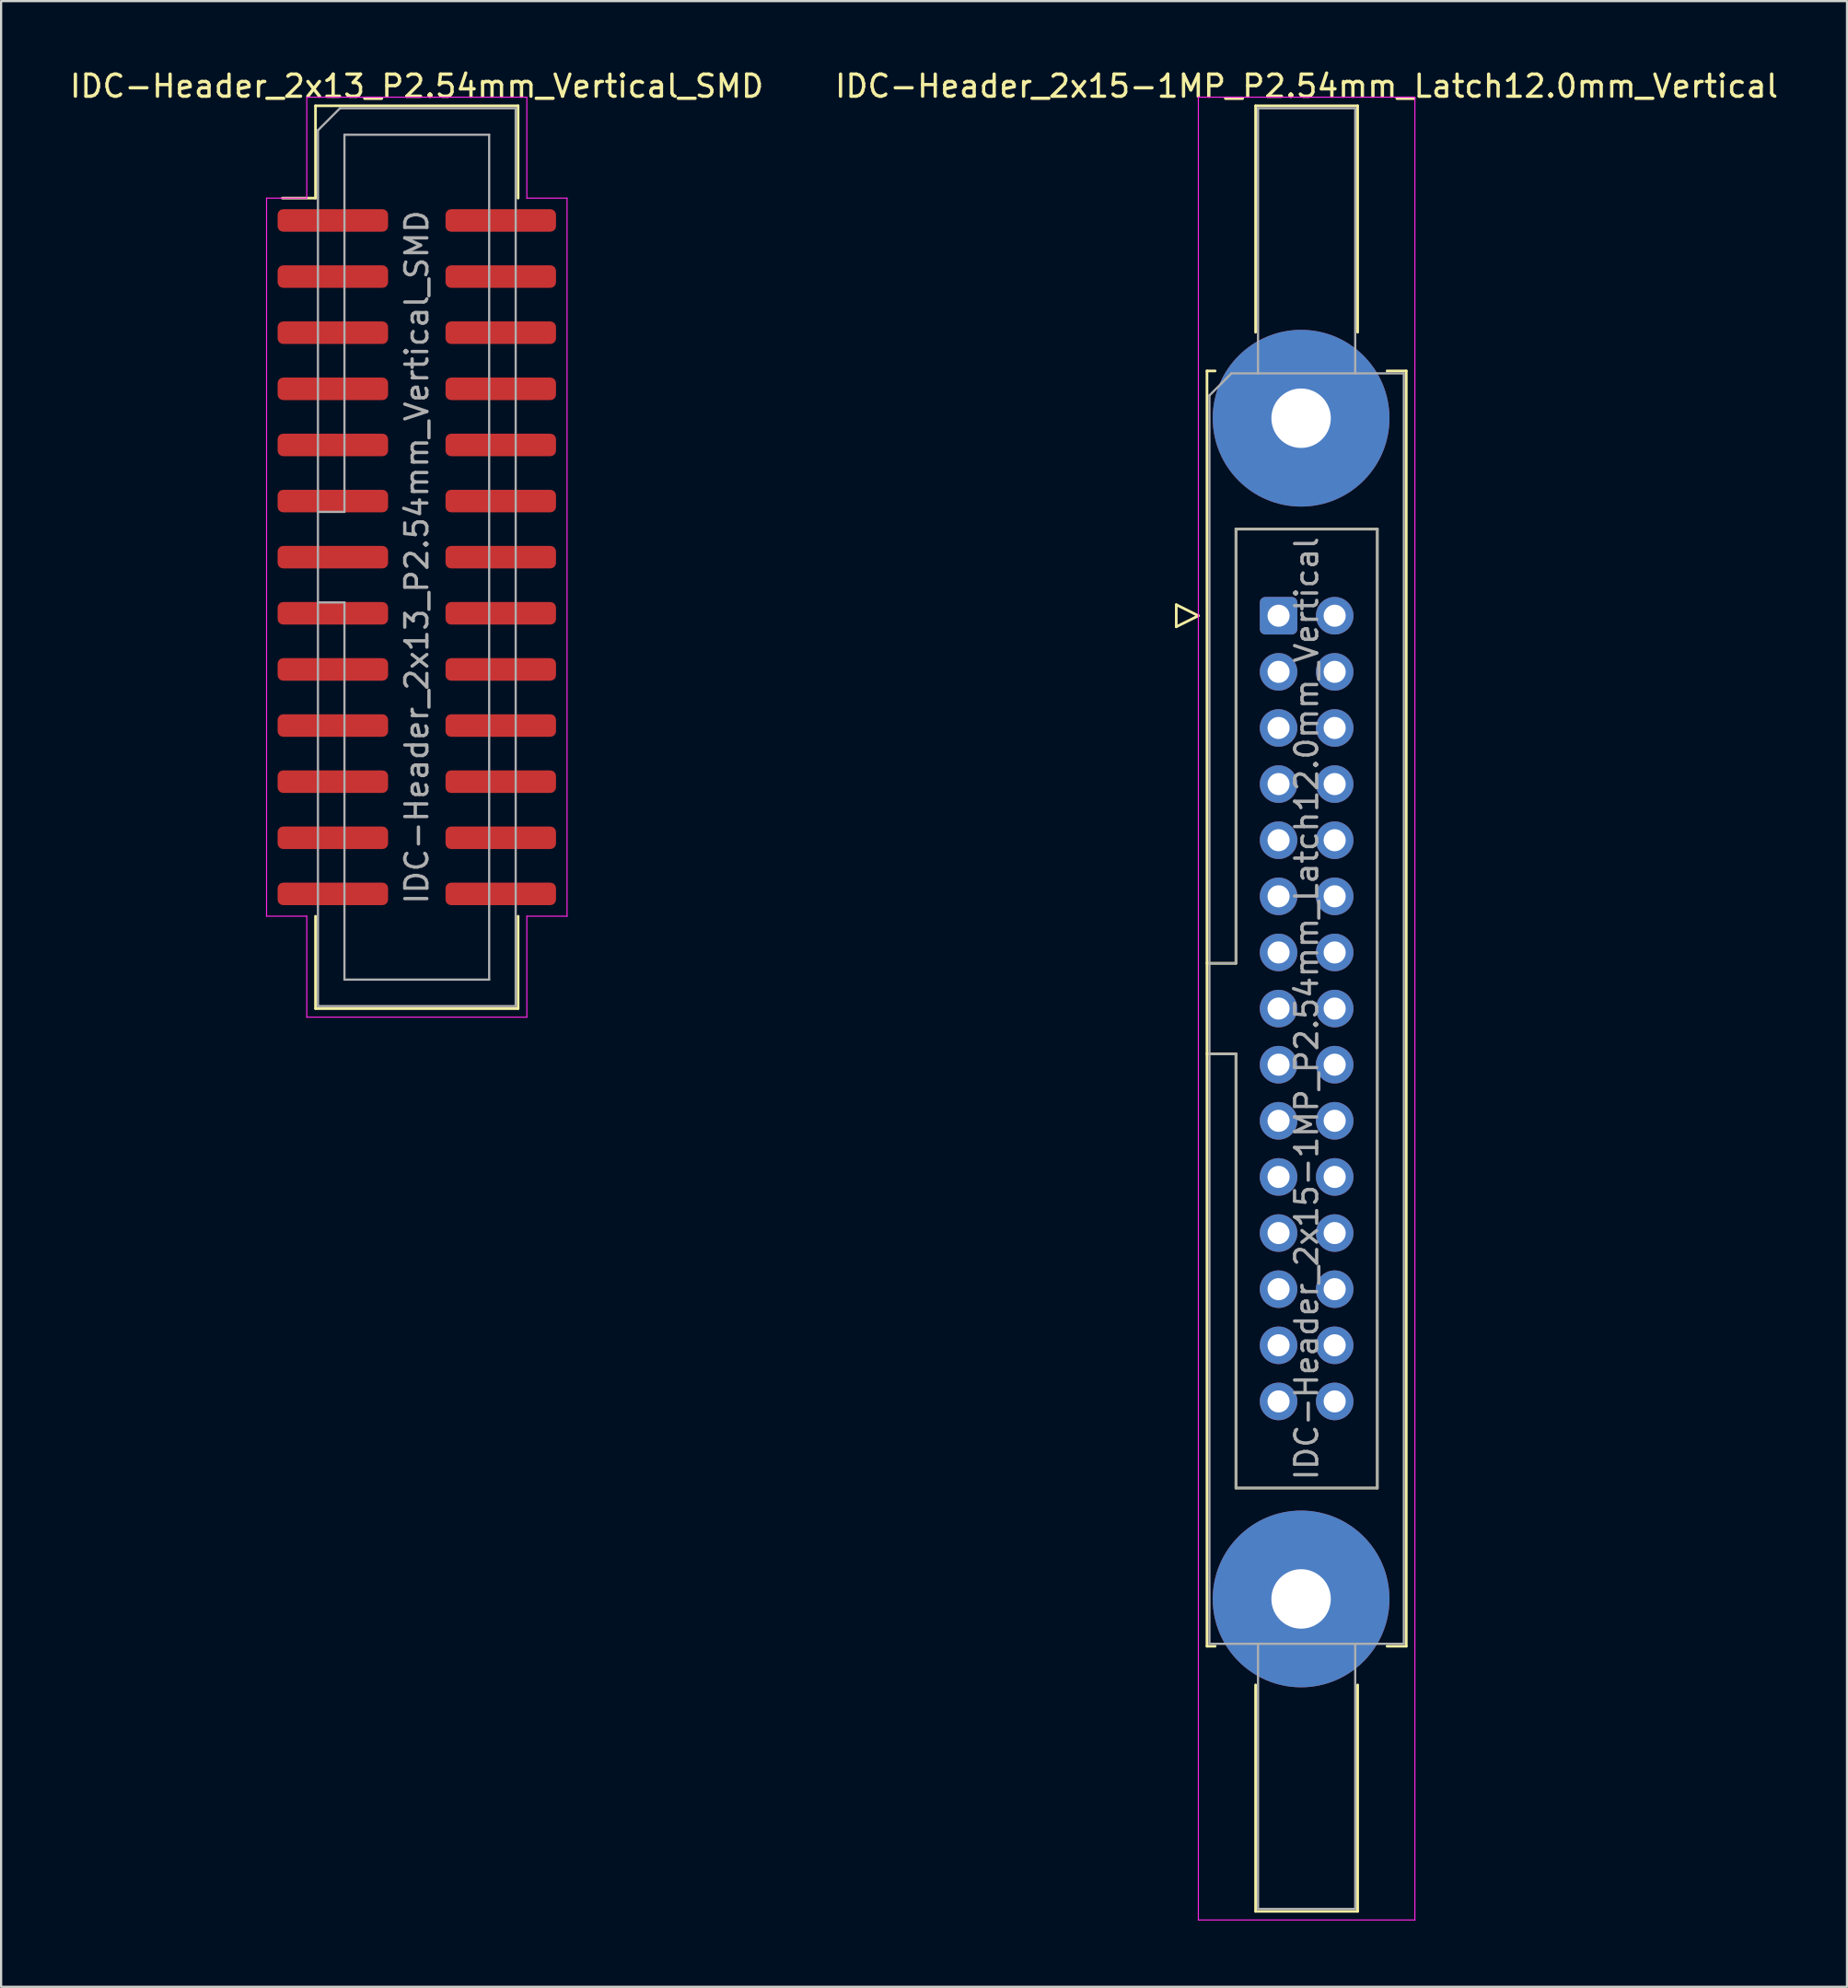
<source format=kicad_pcb>
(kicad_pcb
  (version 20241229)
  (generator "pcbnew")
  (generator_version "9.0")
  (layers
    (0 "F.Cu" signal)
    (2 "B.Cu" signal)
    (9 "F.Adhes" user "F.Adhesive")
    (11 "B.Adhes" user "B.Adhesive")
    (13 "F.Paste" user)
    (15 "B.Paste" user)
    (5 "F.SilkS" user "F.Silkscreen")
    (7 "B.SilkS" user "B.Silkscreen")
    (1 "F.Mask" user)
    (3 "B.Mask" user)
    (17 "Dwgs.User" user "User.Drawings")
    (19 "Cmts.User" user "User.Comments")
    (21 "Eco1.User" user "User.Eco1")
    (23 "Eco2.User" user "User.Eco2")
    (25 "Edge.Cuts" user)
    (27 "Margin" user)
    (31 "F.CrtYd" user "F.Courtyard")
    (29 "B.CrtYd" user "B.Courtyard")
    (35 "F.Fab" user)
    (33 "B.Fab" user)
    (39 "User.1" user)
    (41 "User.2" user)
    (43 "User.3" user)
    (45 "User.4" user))
  (footprint "IDC-Header_2x13_P2.54mm_Vertical_SMD"
    (layer "F.Cu")
    (at 15.815 22.168)
    (property "Reference" "IDC-Header_2x13_P2.54mm_Vertical_SMD" (at 0 -21.32 0) (layer "F.SilkS") (effects (font (size 1 1) (thickness 0.15))))
    (attr smd)
    (fp_line (start -4.585 -20.43) (end 4.585 -20.43) (stroke (width 0.12) (type solid)) (layer "F.SilkS"))
    (fp_line (start -4.585 -16.25) (end -6.085 -16.25) (stroke (width 0.12) (type solid)) (layer "F.SilkS"))
    (fp_line (start -4.585 -16.25) (end -4.585 -20.43) (stroke (width 0.12) (type solid)) (layer "F.SilkS"))
    (fp_line (start -4.585 16.25) (end -4.585 20.43) (stroke (width 0.12) (type solid)) (layer "F.SilkS"))
    (fp_line (start -4.585 20.43) (end 4.585 20.43) (stroke (width 0.12) (type solid)) (layer "F.SilkS"))
    (fp_line (start 4.585 -20.43) (end 4.585 -16.25) (stroke (width 0.12) (type solid)) (layer "F.SilkS"))
    (fp_line (start 4.585 20.43) (end 4.585 16.25) (stroke (width 0.12) (type solid)) (layer "F.SilkS"))
    (fp_line (start -6.8 -16.25) (end -6.8 16.25) (stroke (width 0.05) (type solid)) (layer "F.CrtYd"))
    (fp_line (start -6.8 16.25) (end -4.98 16.25) (stroke (width 0.05) (type solid)) (layer "F.CrtYd"))
    (fp_line (start -4.98 -20.82) (end -4.98 -16.25) (stroke (width 0.05) (type solid)) (layer "F.CrtYd"))
    (fp_line (start -4.98 -16.25) (end -6.8 -16.25) (stroke (width 0.05) (type solid)) (layer "F.CrtYd"))
    (fp_line (start -4.98 16.25) (end -4.98 20.82) (stroke (width 0.05) (type solid)) (layer "F.CrtYd"))
    (fp_line (start -4.98 20.82) (end 4.98 20.82) (stroke (width 0.05) (type solid)) (layer "F.CrtYd"))
    (fp_line (start 4.98 -20.82) (end -4.98 -20.82) (stroke (width 0.05) (type solid)) (layer "F.CrtYd"))
    (fp_line (start 4.98 -16.25) (end 4.98 -20.82) (stroke (width 0.05) (type solid)) (layer "F.CrtYd"))
    (fp_line (start 4.98 16.25) (end 6.8 16.25) (stroke (width 0.05) (type solid)) (layer "F.CrtYd"))
    (fp_line (start 4.98 20.82) (end 4.98 16.25) (stroke (width 0.05) (type solid)) (layer "F.CrtYd"))
    (fp_line (start 6.8 -16.25) (end 4.98 -16.25) (stroke (width 0.05) (type solid)) (layer "F.CrtYd"))
    (fp_line (start 6.8 16.25) (end 6.8 -16.25) (stroke (width 0.05) (type solid)) (layer "F.CrtYd"))
    (fp_line (start -4.475 -19.32) (end -3.475 -20.32) (stroke (width 0.1) (type solid)) (layer "F.Fab"))
    (fp_line (start -4.475 -2.05) (end -3.275 -2.05) (stroke (width 0.1) (type solid)) (layer "F.Fab"))
    (fp_line (start -4.475 20.32) (end -4.475 -19.32) (stroke (width 0.1) (type solid)) (layer "F.Fab"))
    (fp_line (start -3.475 -20.32) (end 4.475 -20.32) (stroke (width 0.1) (type solid)) (layer "F.Fab"))
    (fp_line (start -3.275 -19.12) (end 3.275 -19.12) (stroke (width 0.1) (type solid)) (layer "F.Fab"))
    (fp_line (start -3.275 -2.05) (end -3.275 -19.12) (stroke (width 0.1) (type solid)) (layer "F.Fab"))
    (fp_line (start -3.275 2.05) (end -4.475 2.05) (stroke (width 0.1) (type solid)) (layer "F.Fab"))
    (fp_line (start -3.275 2.05) (end -3.275 2.05) (stroke (width 0.1) (type solid)) (layer "F.Fab"))
    (fp_line (start -3.275 19.12) (end -3.275 2.05) (stroke (width 0.1) (type solid)) (layer "F.Fab"))
    (fp_line (start 3.275 -19.12) (end 3.275 19.12) (stroke (width 0.1) (type solid)) (layer "F.Fab"))
    (fp_line (start 3.275 19.12) (end -3.275 19.12) (stroke (width 0.1) (type solid)) (layer "F.Fab"))
    (fp_line (start 4.475 -20.32) (end 4.475 20.32) (stroke (width 0.1) (type solid)) (layer "F.Fab"))
    (fp_line (start 4.475 20.32) (end -4.475 20.32) (stroke (width 0.1) (type solid)) (layer "F.Fab"))
    (fp_text user "${REFERENCE}" (at 0 0 90) (layer "F.Fab") (effects (font (size 1 1) (thickness 0.15))))
    (pad "1" smd roundrect (at -3.8 -15.24) (size 5 1.02) (layers "F.Cu" "F.Mask" "F.Paste") (roundrect_rratio 0.25))
    (pad "2" smd roundrect (at 3.8 -15.24) (size 5 1.02) (layers "F.Cu" "F.Mask" "F.Paste") (roundrect_rratio 0.25))
    (pad "3" smd roundrect (at -3.8 -12.7) (size 5 1.02) (layers "F.Cu" "F.Mask" "F.Paste") (roundrect_rratio 0.25))
    (pad "4" smd roundrect (at 3.8 -12.7) (size 5 1.02) (layers "F.Cu" "F.Mask" "F.Paste") (roundrect_rratio 0.25))
    (pad "5" smd roundrect (at -3.8 -10.16) (size 5 1.02) (layers "F.Cu" "F.Mask" "F.Paste") (roundrect_rratio 0.25))
    (pad "6" smd roundrect (at 3.8 -10.16) (size 5 1.02) (layers "F.Cu" "F.Mask" "F.Paste") (roundrect_rratio 0.25))
    (pad "7" smd roundrect (at -3.8 -7.62) (size 5 1.02) (layers "F.Cu" "F.Mask" "F.Paste") (roundrect_rratio 0.25))
    (pad "8" smd roundrect (at 3.8 -7.62) (size 5 1.02) (layers "F.Cu" "F.Mask" "F.Paste") (roundrect_rratio 0.25))
    (pad "9" smd roundrect (at -3.8 -5.08) (size 5 1.02) (layers "F.Cu" "F.Mask" "F.Paste") (roundrect_rratio 0.25))
    (pad "10" smd roundrect (at 3.8 -5.08) (size 5 1.02) (layers "F.Cu" "F.Mask" "F.Paste") (roundrect_rratio 0.25))
    (pad "11" smd roundrect (at -3.8 -2.54) (size 5 1.02) (layers "F.Cu" "F.Mask" "F.Paste") (roundrect_rratio 0.25))
    (pad "12" smd roundrect (at 3.8 -2.54) (size 5 1.02) (layers "F.Cu" "F.Mask" "F.Paste") (roundrect_rratio 0.25))
    (pad "13" smd roundrect (at -3.8 0) (size 5 1.02) (layers "F.Cu" "F.Mask" "F.Paste") (roundrect_rratio 0.25))
    (pad "14" smd roundrect (at 3.8 0) (size 5 1.02) (layers "F.Cu" "F.Mask" "F.Paste") (roundrect_rratio 0.25))
    (pad "15" smd roundrect (at -3.8 2.54) (size 5 1.02) (layers "F.Cu" "F.Mask" "F.Paste") (roundrect_rratio 0.25))
    (pad "16" smd roundrect (at 3.8 2.54) (size 5 1.02) (layers "F.Cu" "F.Mask" "F.Paste") (roundrect_rratio 0.25))
    (pad "17" smd roundrect (at -3.8 5.08) (size 5 1.02) (layers "F.Cu" "F.Mask" "F.Paste") (roundrect_rratio 0.25))
    (pad "18" smd roundrect (at 3.8 5.08) (size 5 1.02) (layers "F.Cu" "F.Mask" "F.Paste") (roundrect_rratio 0.25))
    (pad "19" smd roundrect (at -3.8 7.62) (size 5 1.02) (layers "F.Cu" "F.Mask" "F.Paste") (roundrect_rratio 0.25))
    (pad "20" smd roundrect (at 3.8 7.62) (size 5 1.02) (layers "F.Cu" "F.Mask" "F.Paste") (roundrect_rratio 0.25))
    (pad "21" smd roundrect (at -3.8 10.16) (size 5 1.02) (layers "F.Cu" "F.Mask" "F.Paste") (roundrect_rratio 0.25))
    (pad "22" smd roundrect (at 3.8 10.16) (size 5 1.02) (layers "F.Cu" "F.Mask" "F.Paste") (roundrect_rratio 0.25))
    (pad "23" smd roundrect (at -3.8 12.7) (size 5 1.02) (layers "F.Cu" "F.Mask" "F.Paste") (roundrect_rratio 0.25))
    (pad "24" smd roundrect (at 3.8 12.7) (size 5 1.02) (layers "F.Cu" "F.Mask" "F.Paste") (roundrect_rratio 0.25))
    (pad "25" smd roundrect (at -3.8 15.24) (size 5 1.02) (layers "F.Cu" "F.Mask" "F.Paste") (roundrect_rratio 0.25))
    (pad "26" smd roundrect (at 3.8 15.24) (size 5 1.02) (layers "F.Cu" "F.Mask" "F.Paste") (roundrect_rratio 0.25)))
  (footprint "IDC-Header_2x15-1MP_P2.54mm_Latch12.0mm_Vertical"
    (layer "F.Cu")
    (at 54.819 24.818)
    (property "Reference" "IDC-Header_2x15-1MP_P2.54mm_Latch12.0mm_Vertical" (at 1.27 -23.97 0) (layer "F.SilkS") (effects (font (size 1 1) (thickness 0.15))))
    (attr through_hole)
    (fp_line (start -4.63 -0.5) (end -4.63 0.5) (stroke (width 0.12) (type solid)) (layer "F.SilkS"))
    (fp_line (start -4.63 0.5) (end -3.63 0) (stroke (width 0.12) (type solid)) (layer "F.SilkS"))
    (fp_line (start -3.63 0) (end -4.63 -0.5) (stroke (width 0.12) (type solid)) (layer "F.SilkS"))
    (fp_line (start -3.24 -11.08) (end -3.24 46.64) (stroke (width 0.12) (type solid)) (layer "F.SilkS"))
    (fp_line (start -3.24 15.73) (end -1.93 15.73) (stroke (width 0.12) (type solid)) (layer "F.SilkS"))
    (fp_line (start -3.24 46.64) (end -2.87 46.64) (stroke (width 0.12) (type solid)) (layer "F.SilkS"))
    (fp_line (start -2.87 -11.08) (end -3.24 -11.08) (stroke (width 0.12) (type solid)) (layer "F.SilkS"))
    (fp_line (start -1.93 -3.92) (end 4.47 -3.92) (stroke (width 0.12) (type solid)) (layer "F.SilkS"))
    (fp_line (start -1.93 15.73) (end -1.93 -3.92) (stroke (width 0.12) (type solid)) (layer "F.SilkS"))
    (fp_line (start -1.93 19.83) (end -3.24 19.83) (stroke (width 0.12) (type solid)) (layer "F.SilkS"))
    (fp_line (start -1.93 19.83) (end -1.93 19.83) (stroke (width 0.12) (type solid)) (layer "F.SilkS"))
    (fp_line (start -1.93 39.48) (end -1.93 19.83) (stroke (width 0.12) (type solid)) (layer "F.SilkS"))
    (fp_line (start -1.04 -23.08) (end 3.58 -23.08) (stroke (width 0.12) (type solid)) (layer "F.SilkS"))
    (fp_line (start -1.04 -12.83) (end -1.04 -23.08) (stroke (width 0.12) (type solid)) (layer "F.SilkS"))
    (fp_line (start -1.04 48.39) (end -1.04 58.64) (stroke (width 0.12) (type solid)) (layer "F.SilkS"))
    (fp_line (start -1.04 58.64) (end 3.58 58.64) (stroke (width 0.12) (type solid)) (layer "F.SilkS"))
    (fp_line (start 3.58 -23.08) (end 3.58 -12.83) (stroke (width 0.12) (type solid)) (layer "F.SilkS"))
    (fp_line (start 3.58 58.64) (end 3.58 48.39) (stroke (width 0.12) (type solid)) (layer "F.SilkS"))
    (fp_line (start 4.47 -3.92) (end 4.47 39.48) (stroke (width 0.12) (type solid)) (layer "F.SilkS"))
    (fp_line (start 4.47 39.48) (end -1.93 39.48) (stroke (width 0.12) (type solid)) (layer "F.SilkS"))
    (fp_line (start 4.91 -11.08) (end 5.78 -11.08) (stroke (width 0.12) (type solid)) (layer "F.SilkS"))
    (fp_line (start 5.78 -11.08) (end 5.78 46.64) (stroke (width 0.12) (type solid)) (layer "F.SilkS"))
    (fp_line (start 5.78 46.64) (end 4.91 46.64) (stroke (width 0.12) (type solid)) (layer "F.SilkS"))
    (fp_line (start -3.63 -23.47) (end -3.63 59.03) (stroke (width 0.05) (type solid)) (layer "F.CrtYd"))
    (fp_line (start -3.63 59.03) (end 6.17 59.03) (stroke (width 0.05) (type solid)) (layer "F.CrtYd"))
    (fp_line (start 6.17 -23.47) (end -3.63 -23.47) (stroke (width 0.05) (type solid)) (layer "F.CrtYd"))
    (fp_line (start 6.17 59.03) (end 6.17 -23.47) (stroke (width 0.05) (type solid)) (layer "F.CrtYd"))
    (fp_line (start -3.13 -9.97) (end -2.13 -10.97) (stroke (width 0.1) (type solid)) (layer "F.Fab"))
    (fp_line (start -3.13 15.73) (end -1.93 15.73) (stroke (width 0.1) (type solid)) (layer "F.Fab"))
    (fp_line (start -3.13 46.53) (end -3.13 -9.97) (stroke (width 0.1) (type solid)) (layer "F.Fab"))
    (fp_line (start -2.13 -10.97) (end 5.67 -10.97) (stroke (width 0.1) (type solid)) (layer "F.Fab"))
    (fp_line (start -1.93 -3.92) (end 4.47 -3.92) (stroke (width 0.1) (type solid)) (layer "F.Fab"))
    (fp_line (start -1.93 15.73) (end -1.93 -3.92) (stroke (width 0.1) (type solid)) (layer "F.Fab"))
    (fp_line (start -1.93 19.83) (end -3.13 19.83) (stroke (width 0.1) (type solid)) (layer "F.Fab"))
    (fp_line (start -1.93 19.83) (end -1.93 19.83) (stroke (width 0.1) (type solid)) (layer "F.Fab"))
    (fp_line (start -1.93 39.48) (end -1.93 19.83) (stroke (width 0.1) (type solid)) (layer "F.Fab"))
    (fp_line (start -0.93 -22.97) (end 3.47 -22.97) (stroke (width 0.1) (type solid)) (layer "F.Fab"))
    (fp_line (start -0.93 -10.97) (end -0.93 -22.97) (stroke (width 0.1) (type solid)) (layer "F.Fab"))
    (fp_line (start -0.93 46.53) (end -0.93 58.53) (stroke (width 0.1) (type solid)) (layer "F.Fab"))
    (fp_line (start -0.93 58.53) (end 3.47 58.53) (stroke (width 0.1) (type solid)) (layer "F.Fab"))
    (fp_line (start 3.47 -22.97) (end 3.47 -10.97) (stroke (width 0.1) (type solid)) (layer "F.Fab"))
    (fp_line (start 3.47 58.53) (end 3.47 46.53) (stroke (width 0.1) (type solid)) (layer "F.Fab"))
    (fp_line (start 4.47 -3.92) (end 4.47 39.48) (stroke (width 0.1) (type solid)) (layer "F.Fab"))
    (fp_line (start 4.47 39.48) (end -1.93 39.48) (stroke (width 0.1) (type solid)) (layer "F.Fab"))
    (fp_line (start 5.67 -10.97) (end 5.67 46.53) (stroke (width 0.1) (type solid)) (layer "F.Fab"))
    (fp_line (start 5.67 46.53) (end -3.13 46.53) (stroke (width 0.1) (type solid)) (layer "F.Fab"))
    (fp_text user "${REFERENCE}" (at 1.27 17.78 90) (layer "F.Fab") (effects (font (size 1 1) (thickness 0.15))))
    (pad "1" thru_hole roundrect (at 0 0) (size 1.7 1.7) (drill 1) (layers "*.Cu" "*.Mask") (roundrect_rratio 0.147))
    (pad "2" thru_hole circle (at 2.54 0) (size 1.7 1.7) (drill 1) (layers "*.Cu" "*.Mask"))
    (pad "3" thru_hole circle (at 0 2.54) (size 1.7 1.7) (drill 1) (layers "*.Cu" "*.Mask"))
    (pad "4" thru_hole circle (at 2.54 2.54) (size 1.7 1.7) (drill 1) (layers "*.Cu" "*.Mask"))
    (pad "5" thru_hole circle (at 0 5.08) (size 1.7 1.7) (drill 1) (layers "*.Cu" "*.Mask"))
    (pad "6" thru_hole circle (at 2.54 5.08) (size 1.7 1.7) (drill 1) (layers "*.Cu" "*.Mask"))
    (pad "7" thru_hole circle (at 0 7.62) (size 1.7 1.7) (drill 1) (layers "*.Cu" "*.Mask"))
    (pad "8" thru_hole circle (at 2.54 7.62) (size 1.7 1.7) (drill 1) (layers "*.Cu" "*.Mask"))
    (pad "9" thru_hole circle (at 0 10.16) (size 1.7 1.7) (drill 1) (layers "*.Cu" "*.Mask"))
    (pad "10" thru_hole circle (at 2.54 10.16) (size 1.7 1.7) (drill 1) (layers "*.Cu" "*.Mask"))
    (pad "11" thru_hole circle (at 0 12.7) (size 1.7 1.7) (drill 1) (layers "*.Cu" "*.Mask"))
    (pad "12" thru_hole circle (at 2.54 12.7) (size 1.7 1.7) (drill 1) (layers "*.Cu" "*.Mask"))
    (pad "13" thru_hole circle (at 0 15.24) (size 1.7 1.7) (drill 1) (layers "*.Cu" "*.Mask"))
    (pad "14" thru_hole circle (at 2.54 15.24) (size 1.7 1.7) (drill 1) (layers "*.Cu" "*.Mask"))
    (pad "15" thru_hole circle (at 0 17.78) (size 1.7 1.7) (drill 1) (layers "*.Cu" "*.Mask"))
    (pad "16" thru_hole circle (at 2.54 17.78) (size 1.7 1.7) (drill 1) (layers "*.Cu" "*.Mask"))
    (pad "17" thru_hole circle (at 0 20.32) (size 1.7 1.7) (drill 1) (layers "*.Cu" "*.Mask"))
    (pad "18" thru_hole circle (at 2.54 20.32) (size 1.7 1.7) (drill 1) (layers "*.Cu" "*.Mask"))
    (pad "19" thru_hole circle (at 0 22.86) (size 1.7 1.7) (drill 1) (layers "*.Cu" "*.Mask"))
    (pad "20" thru_hole circle (at 2.54 22.86) (size 1.7 1.7) (drill 1) (layers "*.Cu" "*.Mask"))
    (pad "21" thru_hole circle (at 0 25.4) (size 1.7 1.7) (drill 1) (layers "*.Cu" "*.Mask"))
    (pad "22" thru_hole circle (at 2.54 25.4) (size 1.7 1.7) (drill 1) (layers "*.Cu" "*.Mask"))
    (pad "23" thru_hole circle (at 0 27.94) (size 1.7 1.7) (drill 1) (layers "*.Cu" "*.Mask"))
    (pad "24" thru_hole circle (at 2.54 27.94) (size 1.7 1.7) (drill 1) (layers "*.Cu" "*.Mask"))
    (pad "25" thru_hole circle (at 0 30.48) (size 1.7 1.7) (drill 1) (layers "*.Cu" "*.Mask"))
    (pad "26" thru_hole circle (at 2.54 30.48) (size 1.7 1.7) (drill 1) (layers "*.Cu" "*.Mask"))
    (pad "27" thru_hole circle (at 0 33.02) (size 1.7 1.7) (drill 1) (layers "*.Cu" "*.Mask"))
    (pad "28" thru_hole circle (at 2.54 33.02) (size 1.7 1.7) (drill 1) (layers "*.Cu" "*.Mask"))
    (pad "29" thru_hole circle (at 0 35.56) (size 1.7 1.7) (drill 1) (layers "*.Cu" "*.Mask"))
    (pad "30" thru_hole circle (at 2.54 35.56) (size 1.7 1.7) (drill 1) (layers "*.Cu" "*.Mask"))
    (pad "MP" thru_hole circle (at 1.02 -8.94) (size 8 8) (drill 2.69) (layers "*.Cu" "*.Mask"))
    (pad "MP" thru_hole circle (at 1.02 44.5) (size 8 8) (drill 2.69) (layers "*.Cu" "*.Mask")))
  (gr_rect
    (start -3 -3)
    (end 80.548 86.873)
    (stroke (width 0.1) (type default))
    (fill no)
    (layer "Edge.Cuts")))
</source>
